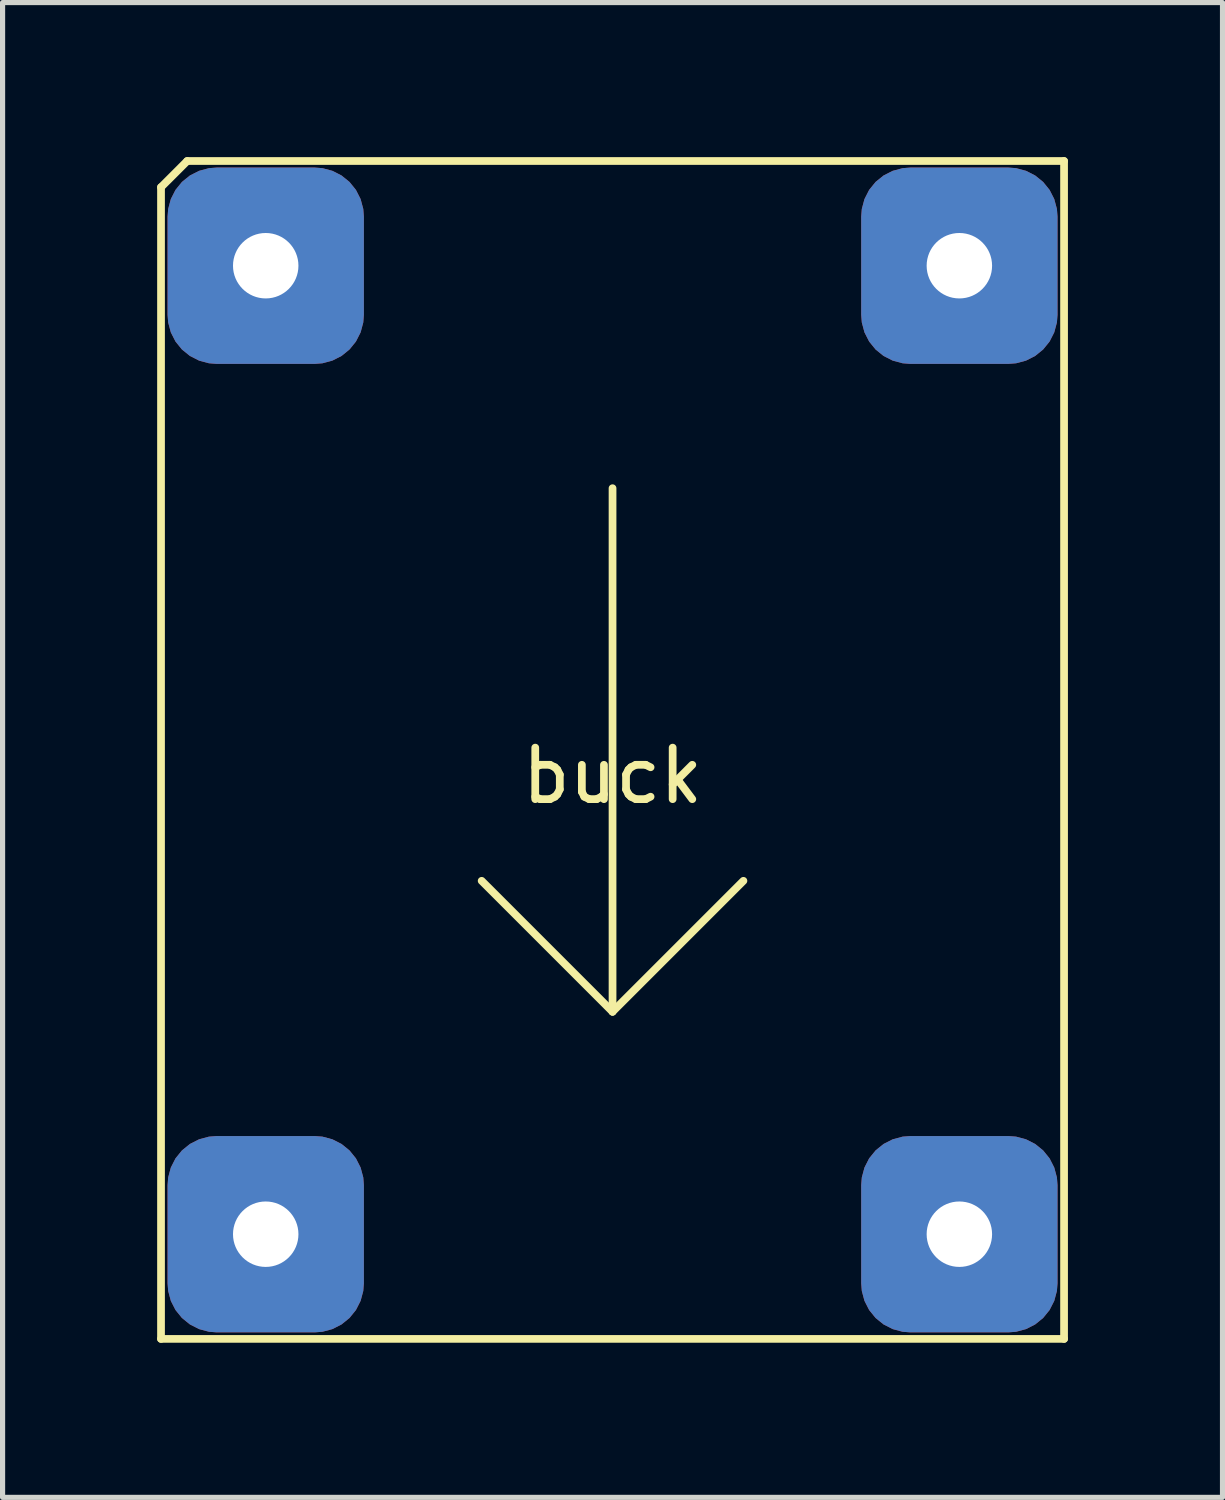
<source format=kicad_pcb>
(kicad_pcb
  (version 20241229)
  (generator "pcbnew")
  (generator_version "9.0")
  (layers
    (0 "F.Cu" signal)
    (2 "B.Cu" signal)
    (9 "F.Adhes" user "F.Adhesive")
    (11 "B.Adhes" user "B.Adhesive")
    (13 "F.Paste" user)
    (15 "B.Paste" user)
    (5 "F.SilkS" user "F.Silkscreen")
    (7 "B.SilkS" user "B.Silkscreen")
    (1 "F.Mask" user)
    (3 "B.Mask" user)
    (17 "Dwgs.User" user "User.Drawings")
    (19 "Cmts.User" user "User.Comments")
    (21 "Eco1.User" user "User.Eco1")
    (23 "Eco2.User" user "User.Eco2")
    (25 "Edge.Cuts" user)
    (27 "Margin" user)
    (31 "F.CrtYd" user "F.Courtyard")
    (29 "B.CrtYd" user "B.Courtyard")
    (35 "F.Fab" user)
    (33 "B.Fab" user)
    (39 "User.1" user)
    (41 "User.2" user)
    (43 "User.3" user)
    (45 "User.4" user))
  (footprint "buck"
    (layer "F.Cu")
    (at 8.838 11.505)
    (property "Reference" "buck" (at 0 0.5 0) (layer "F.SilkS") (effects (font (size 1 1) (thickness 0.15))))
    (attr through_hole)
    (fp_line (start -8.763 -10.922) (end -8.255 -11.43) (stroke (width 0.15) (type solid)) (layer "F.SilkS"))
    (fp_line (start -8.763 11.43) (end -8.763 -10.922) (stroke (width 0.15) (type solid)) (layer "F.SilkS"))
    (fp_line (start -8.255 -11.43) (end 8.763 -11.43) (stroke (width 0.15) (type solid)) (layer "F.SilkS"))
    (fp_line (start -2.54 2.54) (end 0 5.08) (stroke (width 0.15) (type solid)) (layer "F.SilkS"))
    (fp_line (start 0 -5.08) (end 0 5.08) (stroke (width 0.15) (type solid)) (layer "F.SilkS"))
    (fp_line (start 0 5.08) (end 2.54 2.54) (stroke (width 0.15) (type solid)) (layer "F.SilkS"))
    (fp_line (start 8.763 -11.43) (end 8.763 11.43) (stroke (width 0.15) (type solid)) (layer "F.SilkS"))
    (fp_line (start 8.763 11.43) (end -8.763 11.43) (stroke (width 0.15) (type solid)) (layer "F.SilkS"))
    (pad "1" thru_hole roundrect (at -6.731 -9.398) (size 3.81 3.81) (drill 1.27) (layers "*.Cu" "*.Mask") (roundrect_rratio 0.25))
    (pad "2" thru_hole roundrect (at 6.731 -9.398) (size 3.81 3.81) (drill 1.27) (layers "*.Cu" "*.Mask") (roundrect_rratio 0.25))
    (pad "3" thru_hole roundrect (at 6.731 9.398 90) (size 3.81 3.81) (drill 1.27) (layers "*.Cu" "*.Mask") (roundrect_rratio 0.25))
    (pad "4" thru_hole roundrect (at -6.731 9.398) (size 3.81 3.81) (drill 1.27) (layers "*.Cu" "*.Mask") (roundrect_rratio 0.25)))
  (gr_rect
    (start -3 -3)
    (end 20.676 26.01)
    (stroke (width 0.1) (type default))
    (fill no)
    (layer "Edge.Cuts")))
</source>
